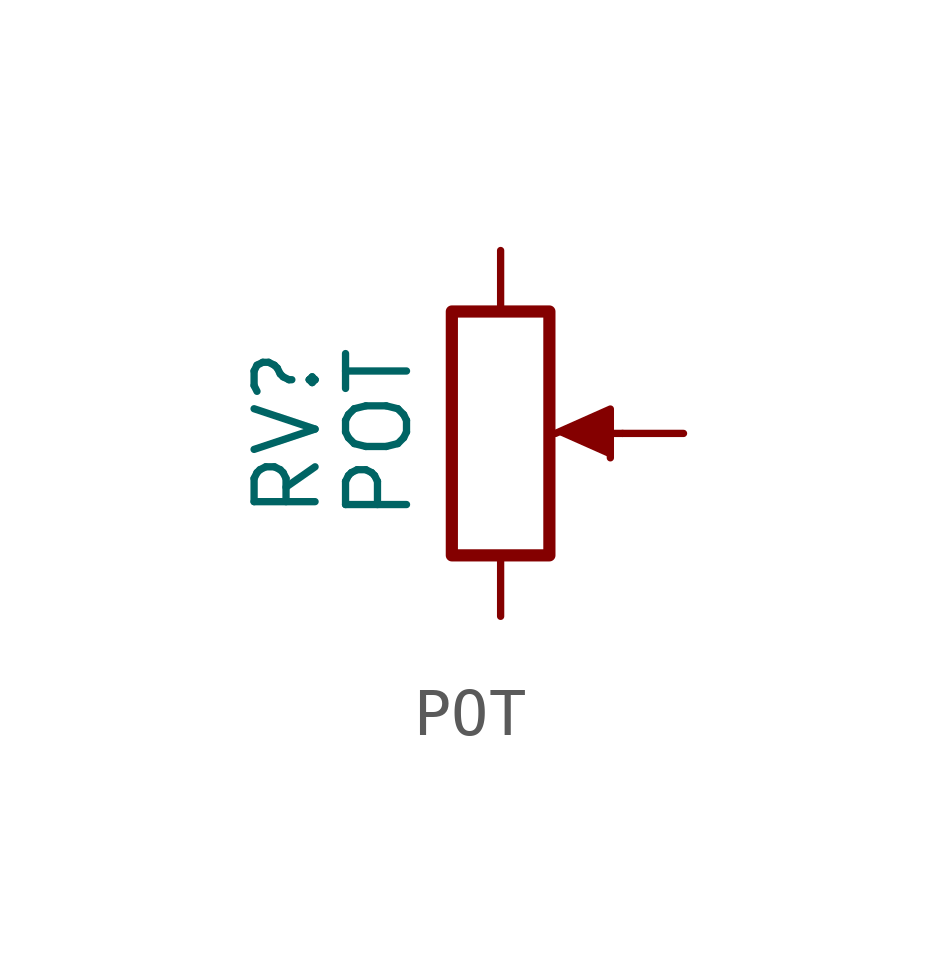
<source format=kicad_sym>
(kicad_symbol_lib
  (version 20211014)
  (generator kicad_symbol_editor)
  (symbol "POT"
    (pin_numbers hide)
    (pin_names
      (offset 1.016) hide)
    (property "Reference" "RV"
      (at -4.445 0 90)
      (effects (font (size 1.27 1.27))))
    (property "Value" "POT"
      (at -2.54 0 90)
      (effects (font (size 1.27 1.27))))
    (symbol "POT_0_1"
      (polyline (pts (xy 2.54 0) (xy 1.524 0)) (stroke (width 0) (type default) (color 0 0 0 0)) (fill (type none)))
      (polyline (pts (xy 1.143 0) (xy 2.286 0.508) (xy 2.286 -0.508)) (stroke (width 0) (type default) (color 0 0 0 0)) (fill (type outline)))
      (rectangle (start 1.016 2.54) (end -1.016 -2.54) (stroke (width 0.254) (type default) (color 0 0 0 0)) (fill (type none))))
    (symbol "POT_1_1"
      (pin passive line (at 0 3.81 270) (length 1.27) (name "1" (effects (font (size 1.27 1.27)))) (number "1" (effects (font (size 1.27 1.27)))))
      (pin passive line (at 3.81 0 180) (length 1.27) (name "2" (effects (font (size 1.27 1.27)))) (number "2" (effects (font (size 1.27 1.27)))))
      (pin passive line (at 0 -3.81 90) (length 1.27) (name "3" (effects (font (size 1.27 1.27)))) (number "3" (effects (font (size 1.27 1.27))))))))
</source>
